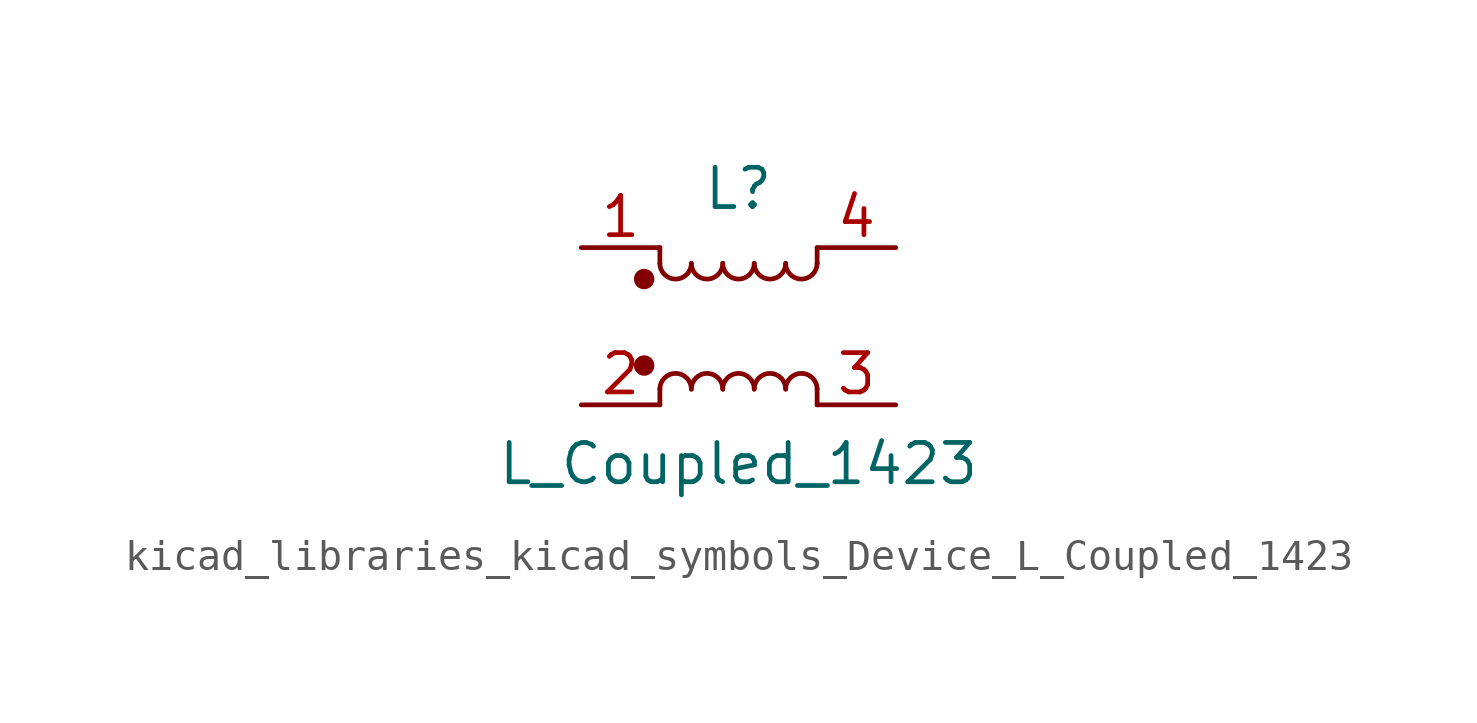
<source format=kicad_sym>
(kicad_symbol_lib
  (version 20220914)
  (generator kicad_symbol_editor)
  (symbol "kicad_libraries_kicad_symbols_Device_L_Coupled_1423"
    (pin_names
      (offset 0.254) hide)
    (property "Reference" "L"
      (at 0 4.445 0)
      (effects (font (size 1.27 1.27))))
    (property "Value" "L_Coupled_1423"
      (at 0 -4.445 0)
      (effects (font (size 1.27 1.27))))
    (symbol "kicad_libraries_kicad_symbols_Device_L_Coupled_1423_0_1"
      (circle (center -3.048 -1.27) (radius 0.254) (stroke (width 0) (type default)) (fill (type outline)))
      (circle (center -3.048 1.524) (radius 0.254) (stroke (width 0) (type default)) (fill (type outline)))
      (arc (start -2.54 2.032) (mid -2.032 1.5262) (end -1.524 2.032) (stroke (width 0) (type default)) (fill (type none)))
      (arc (start -1.524 -2.032) (mid -2.032 -1.5262) (end -2.54 -2.032) (stroke (width 0) (type default)) (fill (type none)))
      (arc (start -1.524 2.032) (mid -1.016 1.5262) (end -0.508 2.032) (stroke (width 0) (type default)) (fill (type none)))
      (arc (start -0.508 -2.032) (mid -1.016 -1.5262) (end -1.524 -2.032) (stroke (width 0) (type default)) (fill (type none)))
      (arc (start -0.508 2.032) (mid 0 1.5262) (end 0.508 2.032) (stroke (width 0) (type default)) (fill (type none)))
      (polyline (pts (xy -2.54 -2.032) (xy -2.54 -2.54)) (stroke (width 0) (type default)) (fill (type none)))
      (polyline (pts (xy -2.54 2.032) (xy -2.54 2.54)) (stroke (width 0) (type default)) (fill (type none)))
      (polyline (pts (xy 2.54 -2.032) (xy 2.54 -2.54)) (stroke (width 0) (type default)) (fill (type none)))
      (polyline (pts (xy 2.54 2.54) (xy 2.54 2.032)) (stroke (width 0) (type default)) (fill (type none)))
      (arc (start 0.508 -2.032) (mid 0 -1.5262) (end -0.508 -2.032) (stroke (width 0) (type default)) (fill (type none)))
      (arc (start 0.508 2.032) (mid 1.016 1.5262) (end 1.524 2.032) (stroke (width 0) (type default)) (fill (type none)))
      (arc (start 1.524 -2.032) (mid 1.016 -1.5262) (end 0.508 -2.032) (stroke (width 0) (type default)) (fill (type none)))
      (arc (start 1.524 2.032) (mid 2.032 1.5262) (end 2.54 2.032) (stroke (width 0) (type default)) (fill (type none)))
      (arc (start 2.54 -2.032) (mid 2.032 -1.5262) (end 1.524 -2.032) (stroke (width 0) (type default)) (fill (type none))))
    (symbol "kicad_libraries_kicad_symbols_Device_L_Coupled_1423_1_1"
      (pin passive line (at -5.08 2.54 0) (length 2.54) (name "1" (effects (font (size 1.27 1.27)))) (number "1" (effects (font (size 1.27 1.27)))))
      (pin passive line (at -5.08 -2.54 0) (length 2.54) (name "2" (effects (font (size 1.27 1.27)))) (number "2" (effects (font (size 1.27 1.27)))))
      (pin passive line (at 5.08 -2.54 180) (length 2.54) (name "3" (effects (font (size 1.27 1.27)))) (number "3" (effects (font (size 1.27 1.27)))))
      (pin passive line (at 5.08 2.54 180) (length 2.54) (name "4" (effects (font (size 1.27 1.27)))) (number "4" (effects (font (size 1.27 1.27))))))))
</source>
